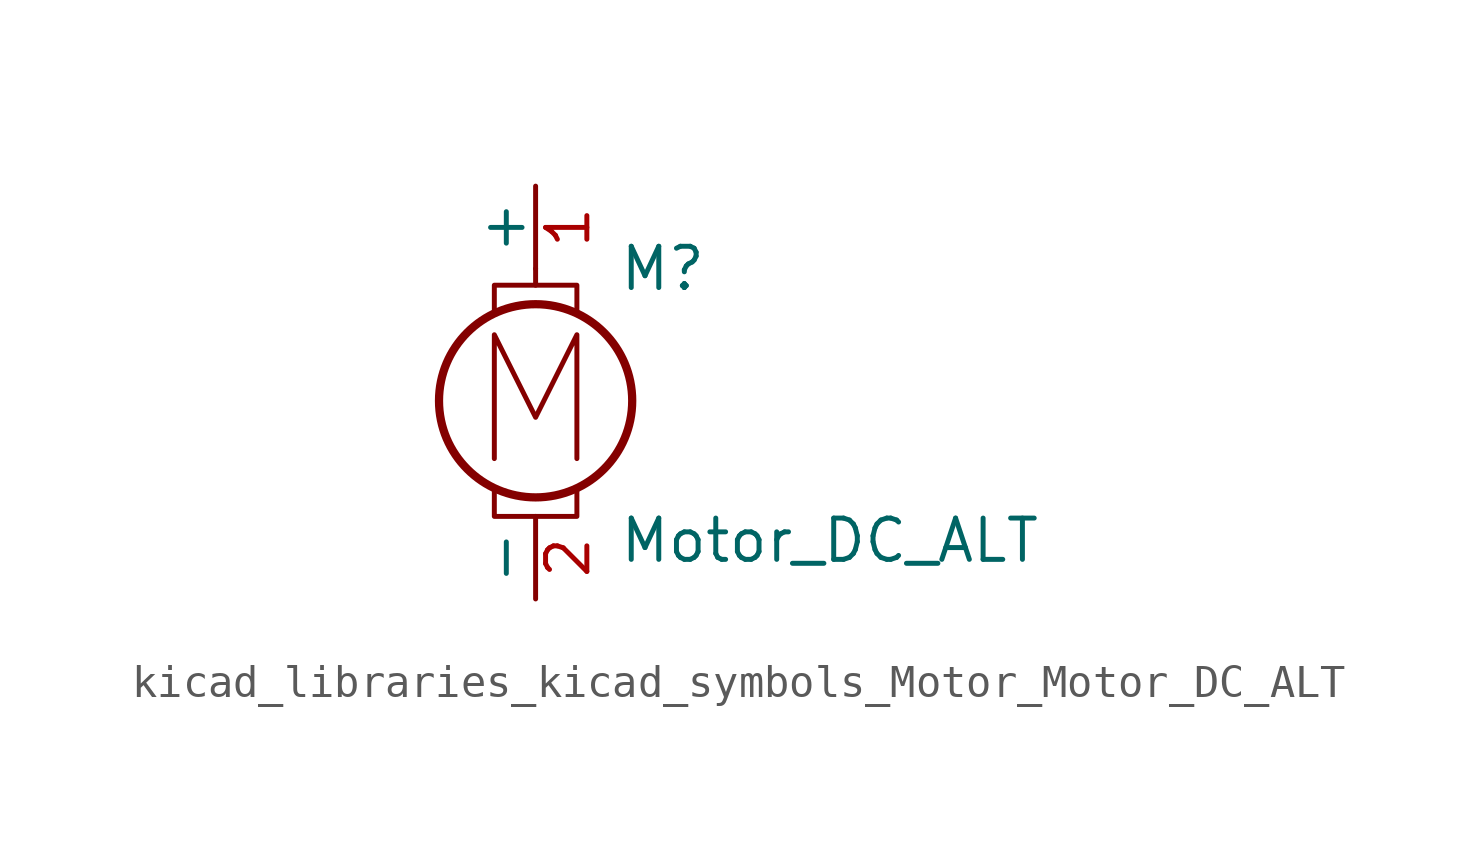
<source format=kicad_sym>
(kicad_symbol_lib
  (version 20220914)
  (generator kicad_symbol_editor)
  (symbol "kicad_libraries_kicad_symbols_Motor_Motor_DC_ALT"
    (pin_names
      (offset 0))
    (property "Reference" "M"
      (at 2.54 2.54 0)
      (effects (font (size 1.27 1.27)) (justify left)))
    (property "Value" "Motor_DC_ALT"
      (at 2.54 -5.08 0)
      (effects (font (size 1.27 1.27)) (justify left top)))
    (symbol "kicad_libraries_kicad_symbols_Motor_Motor_DC_ALT_0_0"
      (circle (center 0 -1.524) (radius 2.972) (stroke (width 0.254) (type default)) (fill (type none)))
      (polyline (pts (xy -1.27 -4.318) (xy -1.27 -5.08) (xy 1.27 -5.08) (xy 1.27 -4.318)) (stroke (width 0) (type default)) (fill (type none)))
      (polyline (pts (xy -1.27 1.27) (xy -1.27 2.032) (xy 1.27 2.032) (xy 1.27 1.27)) (stroke (width 0) (type default)) (fill (type none)))
      (polyline (pts (xy -1.27 -3.302) (xy -1.27 0.508) (xy 0 -2.032) (xy 1.27 0.508) (xy 1.27 -3.302)) (stroke (width 0) (type default)) (fill (type none))))
    (symbol "kicad_libraries_kicad_symbols_Motor_Motor_DC_ALT_0_1"
      (polyline (pts (xy 0 2.032) (xy 0 2.54)) (stroke (width 0) (type default)) (fill (type none))))
    (symbol "kicad_libraries_kicad_symbols_Motor_Motor_DC_ALT_1_1"
      (pin passive line (at 0 5.08 270) (length 2.54) (name "+" (effects (font (size 1.27 1.27)))) (number "1" (effects (font (size 1.27 1.27)))))
      (pin passive line (at 0 -7.62 90) (length 2.54) (name "-" (effects (font (size 1.27 1.27)))) (number "2" (effects (font (size 1.27 1.27))))))))
</source>
